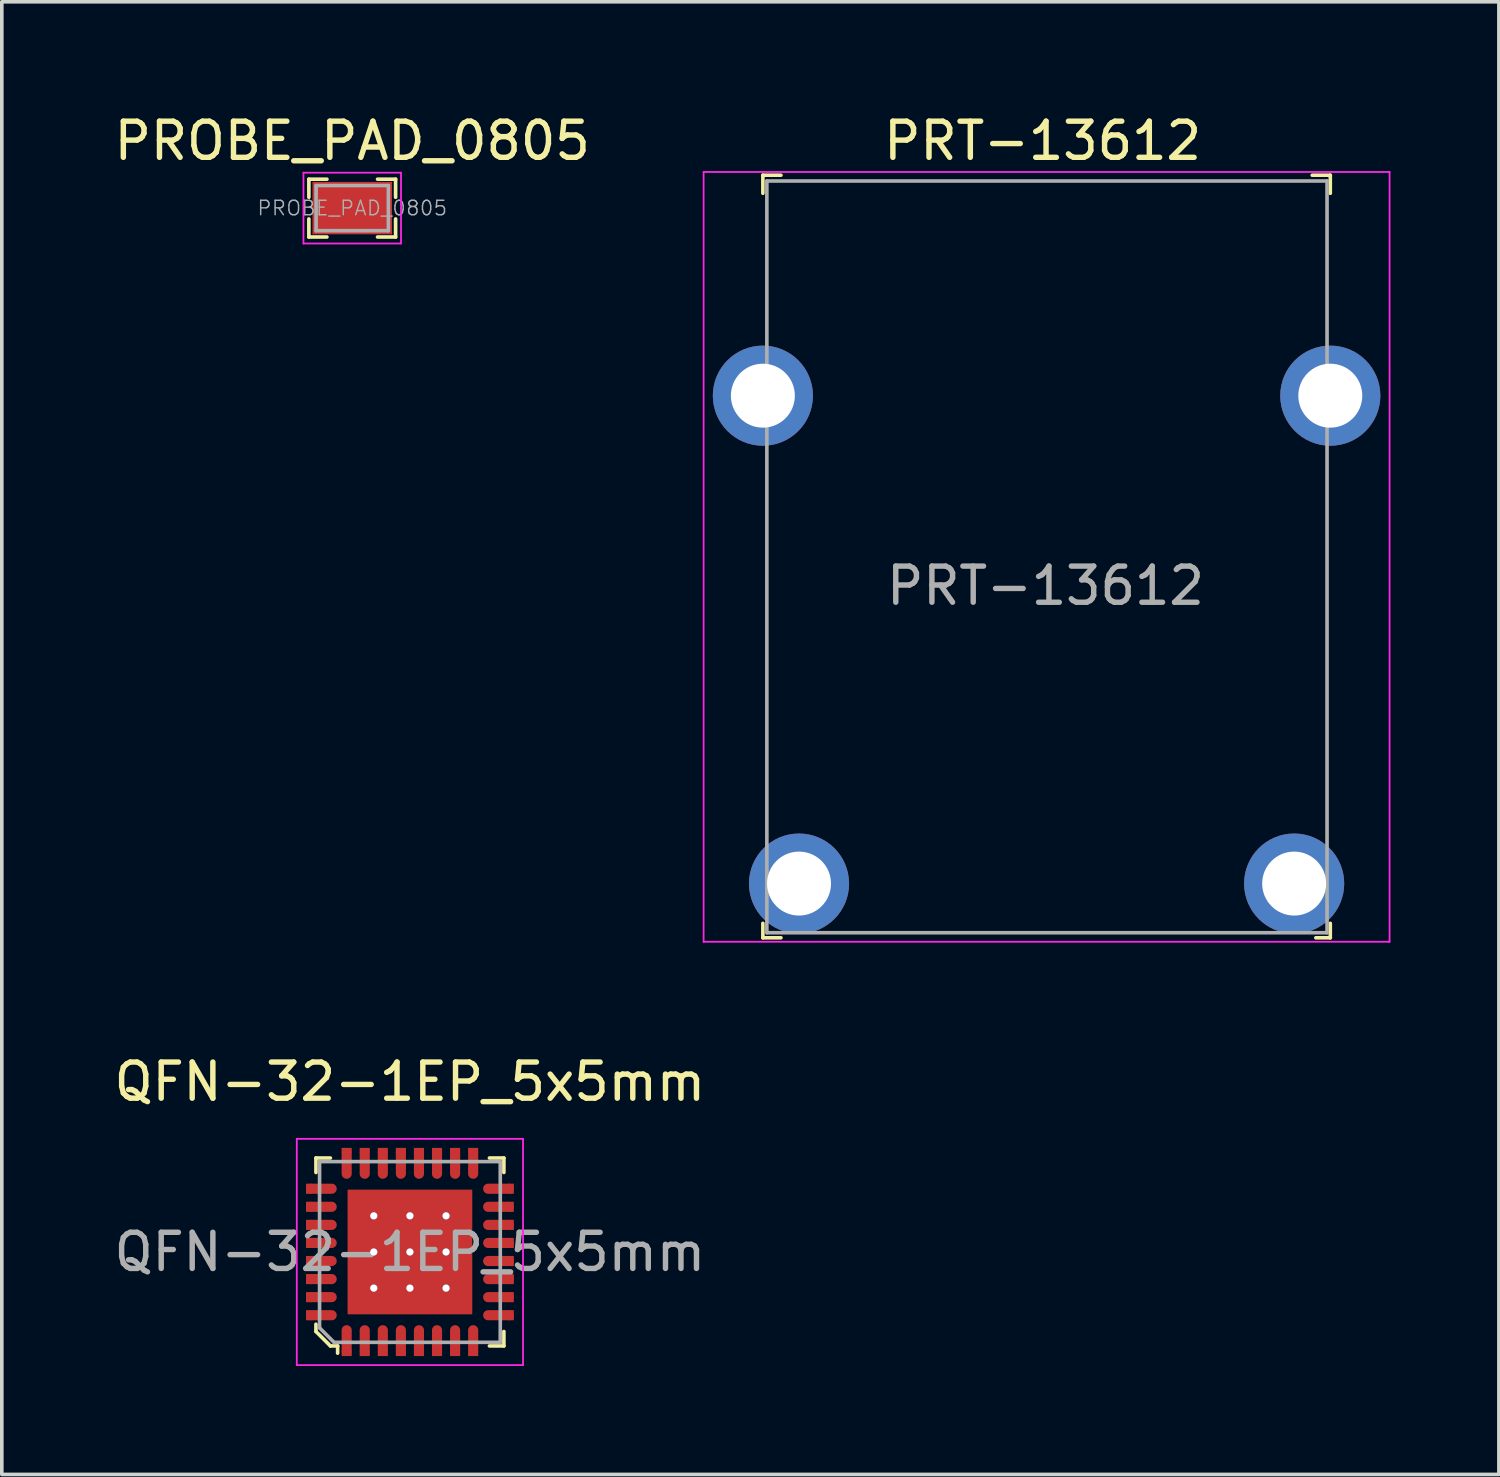
<source format=kicad_pcb>
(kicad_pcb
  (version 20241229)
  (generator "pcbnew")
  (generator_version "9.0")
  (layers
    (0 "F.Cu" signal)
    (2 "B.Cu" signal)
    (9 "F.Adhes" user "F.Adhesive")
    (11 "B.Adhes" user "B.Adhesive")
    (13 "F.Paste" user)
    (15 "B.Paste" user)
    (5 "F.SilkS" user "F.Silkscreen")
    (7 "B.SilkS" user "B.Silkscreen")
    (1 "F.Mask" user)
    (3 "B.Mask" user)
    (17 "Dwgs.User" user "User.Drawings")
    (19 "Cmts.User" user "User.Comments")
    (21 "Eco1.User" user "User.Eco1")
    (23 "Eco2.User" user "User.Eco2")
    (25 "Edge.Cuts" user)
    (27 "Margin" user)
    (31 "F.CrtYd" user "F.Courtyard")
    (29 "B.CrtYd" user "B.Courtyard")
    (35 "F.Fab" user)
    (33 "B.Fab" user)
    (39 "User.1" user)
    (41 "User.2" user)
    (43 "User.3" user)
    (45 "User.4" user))
  (footprint "QFN-32-1EP_5x5mm"
    (layer "F.Cu")
    (at 8.292 31.591)
    (property "Reference" "QFN-32-1EP_5x5mm" (at 0 -4.71 0) (layer "F.SilkS") (effects (font (size 1 1) (thickness 0.15))))
    (attr through_hole)
    (fp_line (start -2.6 -2.6) (end -2.6 -2.2) (stroke (width 0.1) (type solid)) (layer "F.SilkS"))
    (fp_line (start -2.6 -2.6) (end -2.2 -2.6) (stroke (width 0.1) (type solid)) (layer "F.SilkS"))
    (fp_line (start -2.6 2) (end -2.6 2.2) (stroke (width 0.1) (type solid)) (layer "F.SilkS"))
    (fp_line (start -2.6 2.2) (end -2.2 2.6) (stroke (width 0.1) (type solid)) (layer "F.SilkS"))
    (fp_line (start -2.2 2.6) (end -2 2.6) (stroke (width 0.1) (type solid)) (layer "F.SilkS"))
    (fp_line (start -2 2.6) (end -2 2.8) (stroke (width 0.1) (type solid)) (layer "F.SilkS"))
    (fp_line (start 2.2 -2.6) (end 2.6 -2.6) (stroke (width 0.1) (type solid)) (layer "F.SilkS"))
    (fp_line (start 2.6 -2.6) (end 2.6 -2.2) (stroke (width 0.1) (type solid)) (layer "F.SilkS"))
    (fp_line (start 2.6 2.2) (end 2.6 2.6) (stroke (width 0.1) (type solid)) (layer "F.SilkS"))
    (fp_line (start 2.6 2.6) (end 2.2 2.6) (stroke (width 0.1) (type solid)) (layer "F.SilkS"))
    (fp_line (start -3.13 -3.13) (end -3.13 3.13) (stroke (width 0.05) (type solid)) (layer "F.CrtYd"))
    (fp_line (start -3.13 -3.13) (end 3.13 -3.13) (stroke (width 0.05) (type solid)) (layer "F.CrtYd"))
    (fp_line (start 3.13 -3.13) (end 3.13 3.13) (stroke (width 0.05) (type solid)) (layer "F.CrtYd"))
    (fp_line (start 3.13 3.13) (end -3.13 3.13) (stroke (width 0.05) (type solid)) (layer "F.CrtYd"))
    (fp_line (start -2.5 -2.5) (end 2.5 -2.5) (stroke (width 0.1) (type solid)) (layer "F.Fab"))
    (fp_line (start -2.5 2.1) (end -2.5 -2.5) (stroke (width 0.1) (type solid)) (layer "F.Fab"))
    (fp_line (start -2.5 2.1) (end -2.1 2.5) (stroke (width 0.1) (type solid)) (layer "F.Fab"))
    (fp_line (start -2.1 2.5) (end 2.5 2.5) (stroke (width 0.1) (type solid)) (layer "F.Fab"))
    (fp_line (start 2.5 -2.5) (end 2.5 2.5) (stroke (width 0.1) (type solid)) (layer "F.Fab"))
    (fp_text user "${REFERENCE}" (at 0 0 0) (layer "F.Fab") (effects (font (size 1 1) (thickness 0.15))))
    (pad "1" smd oval (at -1.75 2.45) (size 0.28 0.85) (layers "F.Cu" "F.Mask" "F.Paste"))
    (pad "1" smd rect (at -1.75 2.81) (size 0.28 0.14) (layers "F.Cu" "F.Mask" "F.Paste"))
    (pad "2" smd oval (at -1.25 2.45) (size 0.28 0.85) (layers "F.Cu" "F.Mask" "F.Paste"))
    (pad "2" smd rect (at -1.25 2.81) (size 0.28 0.14) (layers "F.Cu" "F.Mask" "F.Paste"))
    (pad "3" smd oval (at -0.75 2.45) (size 0.28 0.85) (layers "F.Cu" "F.Mask" "F.Paste"))
    (pad "3" smd rect (at -0.75 2.81) (size 0.28 0.14) (layers "F.Cu" "F.Mask" "F.Paste"))
    (pad "4" smd oval (at -0.25 2.45) (size 0.28 0.85) (layers "F.Cu" "F.Mask" "F.Paste"))
    (pad "4" smd rect (at -0.25 2.81) (size 0.28 0.14) (layers "F.Cu" "F.Mask" "F.Paste"))
    (pad "5" smd oval (at 0.25 2.45) (size 0.28 0.85) (layers "F.Cu" "F.Mask" "F.Paste"))
    (pad "5" smd rect (at 0.25 2.81) (size 0.28 0.14) (layers "F.Cu" "F.Mask" "F.Paste"))
    (pad "6" smd oval (at 0.75 2.45) (size 0.28 0.85) (layers "F.Cu" "F.Mask" "F.Paste"))
    (pad "6" smd rect (at 0.75 2.81) (size 0.28 0.14) (layers "F.Cu" "F.Mask" "F.Paste"))
    (pad "7" smd oval (at 1.25 2.45) (size 0.28 0.85) (layers "F.Cu" "F.Mask" "F.Paste"))
    (pad "7" smd rect (at 1.25 2.81) (size 0.28 0.14) (layers "F.Cu" "F.Mask" "F.Paste"))
    (pad "8" smd oval (at 1.75 2.45) (size 0.28 0.85) (layers "F.Cu" "F.Mask" "F.Paste"))
    (pad "8" smd rect (at 1.75 2.81) (size 0.28 0.14) (layers "F.Cu" "F.Mask" "F.Paste"))
    (pad "9" smd oval (at 2.45 1.75) (size 0.85 0.28) (layers "F.Cu" "F.Mask" "F.Paste"))
    (pad "9" smd rect (at 2.8 1.75) (size 0.15 0.28) (layers "F.Cu" "F.Mask" "F.Paste"))
    (pad "10" smd oval (at 2.45 1.25) (size 0.85 0.28) (layers "F.Cu" "F.Mask" "F.Paste"))
    (pad "10" smd rect (at 2.8 1.25) (size 0.15 0.28) (layers "F.Cu" "F.Mask" "F.Paste"))
    (pad "11" smd oval (at 2.45 0.75) (size 0.85 0.28) (layers "F.Cu" "F.Mask" "F.Paste"))
    (pad "11" smd rect (at 2.8 0.75) (size 0.15 0.28) (layers "F.Cu" "F.Mask" "F.Paste"))
    (pad "12" smd oval (at 2.45 0.25) (size 0.85 0.28) (layers "F.Cu" "F.Mask" "F.Paste"))
    (pad "12" smd rect (at 2.8 0.25) (size 0.15 0.28) (layers "F.Cu" "F.Mask" "F.Paste"))
    (pad "13" smd oval (at 2.45 -0.25) (size 0.85 0.28) (layers "F.Cu" "F.Mask" "F.Paste"))
    (pad "13" smd rect (at 2.8 -0.25) (size 0.15 0.28) (layers "F.Cu" "F.Mask" "F.Paste"))
    (pad "14" smd oval (at 2.45 -0.75) (size 0.85 0.28) (layers "F.Cu" "F.Mask" "F.Paste"))
    (pad "14" smd rect (at 2.8 -0.75) (size 0.15 0.28) (layers "F.Cu" "F.Mask" "F.Paste"))
    (pad "15" smd oval (at 2.45 -1.25) (size 0.85 0.28) (layers "F.Cu" "F.Mask" "F.Paste"))
    (pad "15" smd rect (at 2.8 -1.25) (size 0.15 0.28) (layers "F.Cu" "F.Mask" "F.Paste"))
    (pad "16" smd oval (at 2.45 -1.75) (size 0.85 0.28) (layers "F.Cu" "F.Mask" "F.Paste"))
    (pad "16" smd rect (at 2.8 -1.75) (size 0.15 0.28) (layers "F.Cu" "F.Mask" "F.Paste"))
    (pad "17" smd rect (at 1.75 -2.81) (size 0.28 0.14) (layers "F.Cu" "F.Mask" "F.Paste"))
    (pad "17" smd oval (at 1.75 -2.45) (size 0.28 0.85) (layers "F.Cu" "F.Mask" "F.Paste"))
    (pad "18" smd rect (at 1.25 -2.81) (size 0.28 0.14) (layers "F.Cu" "F.Mask" "F.Paste"))
    (pad "18" smd oval (at 1.25 -2.45) (size 0.28 0.85) (layers "F.Cu" "F.Mask" "F.Paste"))
    (pad "19" smd rect (at 0.75 -2.81) (size 0.28 0.14) (layers "F.Cu" "F.Mask" "F.Paste"))
    (pad "19" smd oval (at 0.75 -2.45) (size 0.28 0.85) (layers "F.Cu" "F.Mask" "F.Paste"))
    (pad "20" smd rect (at 0.25 -2.81) (size 0.28 0.14) (layers "F.Cu" "F.Mask" "F.Paste"))
    (pad "20" smd oval (at 0.25 -2.45) (size 0.28 0.85) (layers "F.Cu" "F.Mask" "F.Paste"))
    (pad "21" smd rect (at -0.25 -2.81) (size 0.28 0.14) (layers "F.Cu" "F.Mask" "F.Paste"))
    (pad "21" smd oval (at -0.25 -2.45) (size 0.28 0.85) (layers "F.Cu" "F.Mask" "F.Paste"))
    (pad "22" smd rect (at -0.75 -2.81) (size 0.28 0.14) (layers "F.Cu" "F.Mask" "F.Paste"))
    (pad "22" smd oval (at -0.75 -2.45) (size 0.28 0.85) (layers "F.Cu" "F.Mask" "F.Paste"))
    (pad "23" smd rect (at -1.25 -2.81) (size 0.28 0.14) (layers "F.Cu" "F.Mask" "F.Paste"))
    (pad "23" smd oval (at -1.25 -2.45) (size 0.28 0.85) (layers "F.Cu" "F.Mask" "F.Paste"))
    (pad "24" smd rect (at -1.75 -2.81) (size 0.28 0.14) (layers "F.Cu" "F.Mask" "F.Paste"))
    (pad "24" smd oval (at -1.75 -2.45) (size 0.28 0.85) (layers "F.Cu" "F.Mask" "F.Paste"))
    (pad "25" smd rect (at -2.8 -1.75) (size 0.15 0.28) (layers "F.Cu" "F.Mask" "F.Paste"))
    (pad "25" smd oval (at -2.45 -1.75) (size 0.85 0.28) (layers "F.Cu" "F.Mask" "F.Paste"))
    (pad "26" smd rect (at -2.8 -1.25) (size 0.15 0.28) (layers "F.Cu" "F.Mask" "F.Paste"))
    (pad "26" smd oval (at -2.45 -1.25) (size 0.85 0.28) (layers "F.Cu" "F.Mask" "F.Paste"))
    (pad "27" smd rect (at -2.8 -0.75) (size 0.15 0.28) (layers "F.Cu" "F.Mask" "F.Paste"))
    (pad "27" smd oval (at -2.45 -0.75) (size 0.85 0.28) (layers "F.Cu" "F.Mask" "F.Paste"))
    (pad "28" smd rect (at -2.8 -0.25) (size 0.15 0.28) (layers "F.Cu" "F.Mask" "F.Paste"))
    (pad "28" smd oval (at -2.45 -0.25) (size 0.85 0.28) (layers "F.Cu" "F.Mask" "F.Paste"))
    (pad "29" smd rect (at -2.8 0.25) (size 0.15 0.28) (layers "F.Cu" "F.Mask" "F.Paste"))
    (pad "29" smd oval (at -2.45 0.25) (size 0.85 0.28) (layers "F.Cu" "F.Mask" "F.Paste"))
    (pad "30" smd rect (at -2.8 0.75) (size 0.15 0.28) (layers "F.Cu" "F.Mask" "F.Paste"))
    (pad "30" smd oval (at -2.45 0.75) (size 0.85 0.28) (layers "F.Cu" "F.Mask" "F.Paste"))
    (pad "31" smd rect (at -2.8 1.25) (size 0.15 0.28) (layers "F.Cu" "F.Mask" "F.Paste"))
    (pad "31" smd oval (at -2.45 1.25) (size 0.85 0.28) (layers "F.Cu" "F.Mask" "F.Paste"))
    (pad "32" smd rect (at -2.8 1.75) (size 0.15 0.28) (layers "F.Cu" "F.Mask" "F.Paste"))
    (pad "32" smd oval (at -2.45 1.75) (size 0.85 0.28) (layers "F.Cu" "F.Mask" "F.Paste"))
    (pad "33" thru_hole circle (at -1 -1) (size 0.2 0.2) (drill 0.2) (layers "*.Cu" "*.Mask"))
    (pad "33" thru_hole circle (at -1 0) (size 0.2 0.2) (drill 0.2) (layers "*.Cu" "*.Mask"))
    (pad "33" thru_hole circle (at -1 1) (size 0.2 0.2) (drill 0.2) (layers "*.Cu" "*.Mask"))
    (pad "33" thru_hole circle (at 0 -1) (size 0.2 0.2) (drill 0.2) (layers "*.Cu" "*.Mask"))
    (pad "33" thru_hole circle (at 0 0) (size 0.2 0.2) (drill 0.2) (layers "*.Cu" "*.Mask"))
    (pad "33" smd rect (at 0 0) (size 3.45 3.45) (layers "F.Cu" "F.Mask" "F.Paste"))
    (pad "33" thru_hole circle (at 0 1) (size 0.2 0.2) (drill 0.2) (layers "*.Cu" "*.Mask"))
    (pad "33" thru_hole circle (at 1 -1) (size 0.2 0.2) (drill 0.2) (layers "*.Cu" "*.Mask"))
    (pad "33" thru_hole circle (at 1 0) (size 0.2 0.2) (drill 0.2) (layers "*.Cu" "*.Mask"))
    (pad "33" thru_hole circle (at 1 1) (size 0.2 0.2) (drill 0.2) (layers "*.Cu" "*.Mask")))
  (footprint "PROBE_PAD_0805"
    (layer "F.Cu")
    (at 6.696 2.708)
    (property "Reference" "PROBE_PAD_0805" (at 0 -1.86 0) (layer "F.SilkS") (effects (font (size 1 1) (thickness 0.15))))
    (attr smd)
    (fp_line (start -1.2 -0.8) (end -1.2 -0.3) (stroke (width 0.1) (type solid)) (layer "F.SilkS"))
    (fp_line (start -1.2 -0.8) (end -0.7 -0.8) (stroke (width 0.1) (type solid)) (layer "F.SilkS"))
    (fp_line (start -1.2 0.3) (end -1.2 0.8) (stroke (width 0.1) (type solid)) (layer "F.SilkS"))
    (fp_line (start -1.2 0.8) (end -0.7 0.8) (stroke (width 0.1) (type solid)) (layer "F.SilkS"))
    (fp_line (start 1.2 -0.8) (end 0.7 -0.8) (stroke (width 0.1) (type solid)) (layer "F.SilkS"))
    (fp_line (start 1.2 -0.8) (end 1.2 -0.3) (stroke (width 0.1) (type solid)) (layer "F.SilkS"))
    (fp_line (start 1.2 0.8) (end 0.7 0.8) (stroke (width 0.1) (type solid)) (layer "F.SilkS"))
    (fp_line (start 1.2 0.8) (end 1.2 0.3) (stroke (width 0.1) (type solid)) (layer "F.SilkS"))
    (fp_line (start -1.35 -0.98) (end -1.35 0.98) (stroke (width 0.05) (type solid)) (layer "F.CrtYd"))
    (fp_line (start 1.35 -0.98) (end -1.35 -0.98) (stroke (width 0.05) (type solid)) (layer "F.CrtYd"))
    (fp_line (start 1.35 -0.98) (end 1.35 0.98) (stroke (width 0.05) (type solid)) (layer "F.CrtYd"))
    (fp_line (start 1.35 0.98) (end -1.35 0.98) (stroke (width 0.05) (type solid)) (layer "F.CrtYd"))
    (fp_line (start -1 -0.625) (end 1 -0.625) (stroke (width 0.1) (type solid)) (layer "F.Fab"))
    (fp_line (start -1 0.625) (end -1 -0.625) (stroke (width 0.1) (type solid)) (layer "F.Fab"))
    (fp_line (start -1 0.625) (end 1 0.625) (stroke (width 0.1) (type solid)) (layer "F.Fab"))
    (fp_line (start 1 0.625) (end 1 -0.625) (stroke (width 0.1) (type solid)) (layer "F.Fab"))
    (fp_text user "${REFERENCE}" (at 0 0 0) (layer "F.Fab") (effects (font (size 0.4 0.4) (thickness 0.04))))
    (pad "1" smd rect (at 0 0) (size 2.2 1.45) (layers "F.Cu" "F.Mask" "F.Paste")))
  (footprint "PRT-13612"
    (layer "F.Cu")
    (at 18.058 7.898)
    (property "Reference" "PRT-13612" (at 7.74 -7.05 0) (layer "F.SilkS") (effects (font (size 1 1) (thickness 0.15))))
    (attr through_hole)
    (fp_line (start 0 -6.1) (end 0 -5.6) (stroke (width 0.1) (type solid)) (layer "F.SilkS"))
    (fp_line (start 0 -6.1) (end 0.5 -6.1) (stroke (width 0.1) (type solid)) (layer "F.SilkS"))
    (fp_line (start 0 14.6) (end 0 15) (stroke (width 0.1) (type solid)) (layer "F.SilkS"))
    (fp_line (start 0 15) (end 0.5 15) (stroke (width 0.1) (type solid)) (layer "F.SilkS"))
    (fp_line (start 15.7 -6.1) (end 15.2 -6.1) (stroke (width 0.1) (type solid)) (layer "F.SilkS"))
    (fp_line (start 15.7 -6.1) (end 15.7 -5.6) (stroke (width 0.1) (type solid)) (layer "F.SilkS"))
    (fp_line (start 15.7 14.6) (end 15.7 15) (stroke (width 0.1) (type solid)) (layer "F.SilkS"))
    (fp_line (start 15.7 15) (end 15.3 15) (stroke (width 0.1) (type solid)) (layer "F.SilkS"))
    (fp_line (start -1.64 15.11) (end -1.64 -6.19) (stroke (width 0.05) (type solid)) (layer "F.CrtYd"))
    (fp_line (start 17.34 -6.19) (end -1.64 -6.19) (stroke (width 0.05) (type solid)) (layer "F.CrtYd"))
    (fp_line (start 17.34 15.11) (end -1.64 15.11) (stroke (width 0.05) (type solid)) (layer "F.CrtYd"))
    (fp_line (start 17.34 15.11) (end 17.34 -6.19) (stroke (width 0.05) (type solid)) (layer "F.CrtYd"))
    (fp_line (start 0.11 -5.94) (end 0.11 14.86) (stroke (width 0.1) (type solid)) (layer "F.Fab"))
    (fp_line (start 0.11 -5.94) (end 15.61 -5.94) (stroke (width 0.1) (type solid)) (layer "F.Fab"))
    (fp_line (start 0.11 14.86) (end 15.61 14.86) (stroke (width 0.1) (type solid)) (layer "F.Fab"))
    (fp_line (start 15.61 -5.94) (end 15.61 14.86) (stroke (width 0.1) (type solid)) (layer "F.Fab"))
    (fp_text user "${REFERENCE}" (at 7.82 5.26 0) (layer "F.Fab") (effects (font (size 1 1) (thickness 0.15))))
    (pad "+" thru_hole circle (at 1 13.5) (size 2.77 2.77) (drill 1.77) (layers "*.Cu" "*.Mask"))
    (pad "-" thru_hole circle (at 14.7 13.5) (size 2.77 2.77) (drill 1.77) (layers "*.Cu" "*.Mask"))
    (pad "1" thru_hole circle (at 0 0) (size 2.77 2.77) (drill 1.77) (layers "*.Cu" "*.Mask"))
    (pad "1" thru_hole circle (at 15.7 0) (size 2.77 2.77) (drill 1.77) (layers "*.Cu" "*.Mask")))
  (gr_rect
    (start -3 -3)
    (end 38.423 37.746)
    (stroke (width 0.1) (type default))
    (fill no)
    (layer "Edge.Cuts")))
</source>
